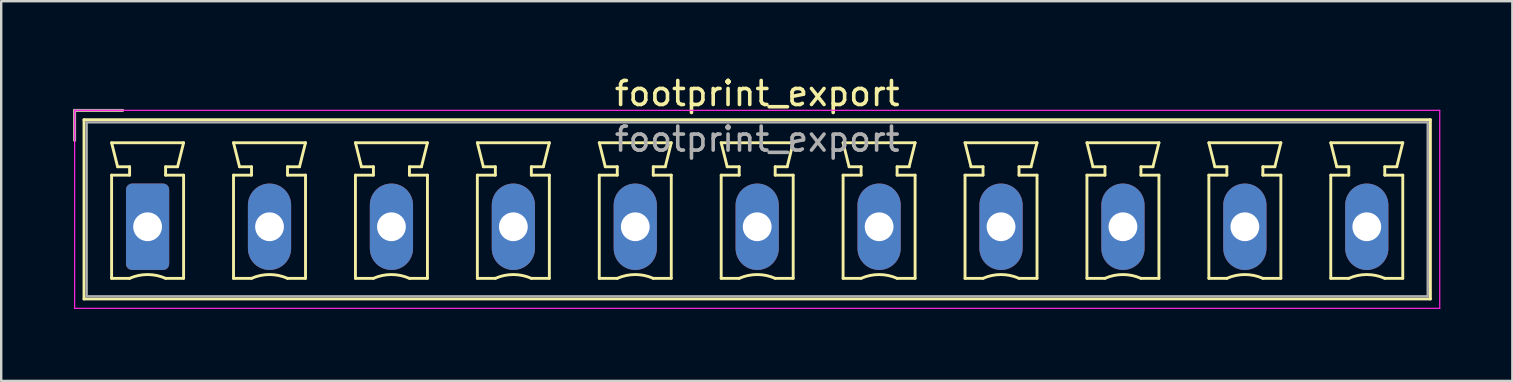
<source format=kicad_pcb>
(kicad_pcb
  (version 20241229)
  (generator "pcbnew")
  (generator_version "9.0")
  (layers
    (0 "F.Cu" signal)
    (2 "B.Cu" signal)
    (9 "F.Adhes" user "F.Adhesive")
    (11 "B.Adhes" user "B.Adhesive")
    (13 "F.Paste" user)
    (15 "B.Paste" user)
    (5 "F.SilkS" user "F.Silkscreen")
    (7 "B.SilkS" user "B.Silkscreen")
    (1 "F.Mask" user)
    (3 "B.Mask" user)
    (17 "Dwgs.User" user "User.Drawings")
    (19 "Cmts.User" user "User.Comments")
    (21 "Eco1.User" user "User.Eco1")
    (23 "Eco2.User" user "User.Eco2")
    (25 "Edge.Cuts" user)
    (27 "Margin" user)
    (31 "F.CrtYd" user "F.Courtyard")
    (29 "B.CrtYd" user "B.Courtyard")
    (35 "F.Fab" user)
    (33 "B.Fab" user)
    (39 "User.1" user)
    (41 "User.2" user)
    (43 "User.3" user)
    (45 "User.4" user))
  (footprint "footprint_export"
    (layer "F.Cu")
    (at 3.1 6.398)
    (property "Reference" "footprint_export" (at 25.4 -5.55 0) (layer "F.SilkS") (effects (font (size 1 1) (thickness 0.15))))
    (attr through_hole)
    (fp_line (start -3.04 -4.85) (end -1.04 -4.85) (stroke (width 0.12) (type solid)) (layer "F.SilkS"))
    (fp_line (start -3.04 -3.6) (end -3.04 -4.85) (stroke (width 0.12) (type solid)) (layer "F.SilkS"))
    (fp_line (start -2.65 -4.46) (end -2.65 3.01) (stroke (width 0.12) (type solid)) (layer "F.SilkS"))
    (fp_line (start -2.65 3.01) (end 53.45 3.01) (stroke (width 0.12) (type solid)) (layer "F.SilkS"))
    (fp_line (start -1.5 -3.5) (end 1.5 -3.5) (stroke (width 0.12) (type solid)) (layer "F.SilkS"))
    (fp_line (start -1.5 -2.15) (end -0.75 -2.15) (stroke (width 0.12) (type solid)) (layer "F.SilkS"))
    (fp_line (start -1.5 2.15) (end -1.5 -2.15) (stroke (width 0.12) (type solid)) (layer "F.SilkS"))
    (fp_line (start -1.25 -2.5) (end -1.5 -3.5) (stroke (width 0.12) (type solid)) (layer "F.SilkS"))
    (fp_line (start -0.75 -2.5) (end -1.25 -2.5) (stroke (width 0.12) (type solid)) (layer "F.SilkS"))
    (fp_line (start -0.75 -2.15) (end -0.75 -2.5) (stroke (width 0.12) (type solid)) (layer "F.SilkS"))
    (fp_line (start -0.75 2.15) (end -1.5 2.15) (stroke (width 0.12) (type solid)) (layer "F.SilkS"))
    (fp_line (start 0.75 -2.5) (end 0.75 -2.15) (stroke (width 0.12) (type solid)) (layer "F.SilkS"))
    (fp_line (start 0.75 -2.15) (end 1.5 -2.15) (stroke (width 0.12) (type solid)) (layer "F.SilkS"))
    (fp_line (start 1.25 -2.5) (end 0.75 -2.5) (stroke (width 0.12) (type solid)) (layer "F.SilkS"))
    (fp_line (start 1.5 -3.5) (end 1.25 -2.5) (stroke (width 0.12) (type solid)) (layer "F.SilkS"))
    (fp_line (start 1.5 -2.15) (end 1.5 2.15) (stroke (width 0.12) (type solid)) (layer "F.SilkS"))
    (fp_line (start 1.5 2.15) (end 0.75 2.15) (stroke (width 0.12) (type solid)) (layer "F.SilkS"))
    (fp_line (start 3.58 -3.5) (end 6.58 -3.5) (stroke (width 0.12) (type solid)) (layer "F.SilkS"))
    (fp_line (start 3.58 -2.15) (end 4.33 -2.15) (stroke (width 0.12) (type solid)) (layer "F.SilkS"))
    (fp_line (start 3.58 2.15) (end 3.58 -2.15) (stroke (width 0.12) (type solid)) (layer "F.SilkS"))
    (fp_line (start 3.83 -2.5) (end 3.58 -3.5) (stroke (width 0.12) (type solid)) (layer "F.SilkS"))
    (fp_line (start 4.33 -2.5) (end 3.83 -2.5) (stroke (width 0.12) (type solid)) (layer "F.SilkS"))
    (fp_line (start 4.33 -2.15) (end 4.33 -2.5) (stroke (width 0.12) (type solid)) (layer "F.SilkS"))
    (fp_line (start 4.33 2.15) (end 3.58 2.15) (stroke (width 0.12) (type solid)) (layer "F.SilkS"))
    (fp_line (start 5.83 -2.5) (end 5.83 -2.15) (stroke (width 0.12) (type solid)) (layer "F.SilkS"))
    (fp_line (start 5.83 -2.15) (end 6.58 -2.15) (stroke (width 0.12) (type solid)) (layer "F.SilkS"))
    (fp_line (start 6.33 -2.5) (end 5.83 -2.5) (stroke (width 0.12) (type solid)) (layer "F.SilkS"))
    (fp_line (start 6.58 -3.5) (end 6.33 -2.5) (stroke (width 0.12) (type solid)) (layer "F.SilkS"))
    (fp_line (start 6.58 -2.15) (end 6.58 2.15) (stroke (width 0.12) (type solid)) (layer "F.SilkS"))
    (fp_line (start 6.58 2.15) (end 5.83 2.15) (stroke (width 0.12) (type solid)) (layer "F.SilkS"))
    (fp_line (start 8.66 -3.5) (end 11.66 -3.5) (stroke (width 0.12) (type solid)) (layer "F.SilkS"))
    (fp_line (start 8.66 -2.15) (end 9.41 -2.15) (stroke (width 0.12) (type solid)) (layer "F.SilkS"))
    (fp_line (start 8.66 2.15) (end 8.66 -2.15) (stroke (width 0.12) (type solid)) (layer "F.SilkS"))
    (fp_line (start 8.91 -2.5) (end 8.66 -3.5) (stroke (width 0.12) (type solid)) (layer "F.SilkS"))
    (fp_line (start 9.41 -2.5) (end 8.91 -2.5) (stroke (width 0.12) (type solid)) (layer "F.SilkS"))
    (fp_line (start 9.41 -2.15) (end 9.41 -2.5) (stroke (width 0.12) (type solid)) (layer "F.SilkS"))
    (fp_line (start 9.41 2.15) (end 8.66 2.15) (stroke (width 0.12) (type solid)) (layer "F.SilkS"))
    (fp_line (start 10.91 -2.5) (end 10.91 -2.15) (stroke (width 0.12) (type solid)) (layer "F.SilkS"))
    (fp_line (start 10.91 -2.15) (end 11.66 -2.15) (stroke (width 0.12) (type solid)) (layer "F.SilkS"))
    (fp_line (start 11.41 -2.5) (end 10.91 -2.5) (stroke (width 0.12) (type solid)) (layer "F.SilkS"))
    (fp_line (start 11.66 -3.5) (end 11.41 -2.5) (stroke (width 0.12) (type solid)) (layer "F.SilkS"))
    (fp_line (start 11.66 -2.15) (end 11.66 2.15) (stroke (width 0.12) (type solid)) (layer "F.SilkS"))
    (fp_line (start 11.66 2.15) (end 10.91 2.15) (stroke (width 0.12) (type solid)) (layer "F.SilkS"))
    (fp_line (start 13.74 -3.5) (end 16.74 -3.5) (stroke (width 0.12) (type solid)) (layer "F.SilkS"))
    (fp_line (start 13.74 -2.15) (end 14.49 -2.15) (stroke (width 0.12) (type solid)) (layer "F.SilkS"))
    (fp_line (start 13.74 2.15) (end 13.74 -2.15) (stroke (width 0.12) (type solid)) (layer "F.SilkS"))
    (fp_line (start 13.99 -2.5) (end 13.74 -3.5) (stroke (width 0.12) (type solid)) (layer "F.SilkS"))
    (fp_line (start 14.49 -2.5) (end 13.99 -2.5) (stroke (width 0.12) (type solid)) (layer "F.SilkS"))
    (fp_line (start 14.49 -2.15) (end 14.49 -2.5) (stroke (width 0.12) (type solid)) (layer "F.SilkS"))
    (fp_line (start 14.49 2.15) (end 13.74 2.15) (stroke (width 0.12) (type solid)) (layer "F.SilkS"))
    (fp_line (start 15.99 -2.5) (end 15.99 -2.15) (stroke (width 0.12) (type solid)) (layer "F.SilkS"))
    (fp_line (start 15.99 -2.15) (end 16.74 -2.15) (stroke (width 0.12) (type solid)) (layer "F.SilkS"))
    (fp_line (start 16.49 -2.5) (end 15.99 -2.5) (stroke (width 0.12) (type solid)) (layer "F.SilkS"))
    (fp_line (start 16.74 -3.5) (end 16.49 -2.5) (stroke (width 0.12) (type solid)) (layer "F.SilkS"))
    (fp_line (start 16.74 -2.15) (end 16.74 2.15) (stroke (width 0.12) (type solid)) (layer "F.SilkS"))
    (fp_line (start 16.74 2.15) (end 15.99 2.15) (stroke (width 0.12) (type solid)) (layer "F.SilkS"))
    (fp_line (start 18.82 -3.5) (end 21.82 -3.5) (stroke (width 0.12) (type solid)) (layer "F.SilkS"))
    (fp_line (start 18.82 -2.15) (end 19.57 -2.15) (stroke (width 0.12) (type solid)) (layer "F.SilkS"))
    (fp_line (start 18.82 2.15) (end 18.82 -2.15) (stroke (width 0.12) (type solid)) (layer "F.SilkS"))
    (fp_line (start 19.07 -2.5) (end 18.82 -3.5) (stroke (width 0.12) (type solid)) (layer "F.SilkS"))
    (fp_line (start 19.57 -2.5) (end 19.07 -2.5) (stroke (width 0.12) (type solid)) (layer "F.SilkS"))
    (fp_line (start 19.57 -2.15) (end 19.57 -2.5) (stroke (width 0.12) (type solid)) (layer "F.SilkS"))
    (fp_line (start 19.57 2.15) (end 18.82 2.15) (stroke (width 0.12) (type solid)) (layer "F.SilkS"))
    (fp_line (start 21.07 -2.5) (end 21.07 -2.15) (stroke (width 0.12) (type solid)) (layer "F.SilkS"))
    (fp_line (start 21.07 -2.15) (end 21.82 -2.15) (stroke (width 0.12) (type solid)) (layer "F.SilkS"))
    (fp_line (start 21.57 -2.5) (end 21.07 -2.5) (stroke (width 0.12) (type solid)) (layer "F.SilkS"))
    (fp_line (start 21.82 -3.5) (end 21.57 -2.5) (stroke (width 0.12) (type solid)) (layer "F.SilkS"))
    (fp_line (start 21.82 -2.15) (end 21.82 2.15) (stroke (width 0.12) (type solid)) (layer "F.SilkS"))
    (fp_line (start 21.82 2.15) (end 21.07 2.15) (stroke (width 0.12) (type solid)) (layer "F.SilkS"))
    (fp_line (start 23.9 -3.5) (end 26.9 -3.5) (stroke (width 0.12) (type solid)) (layer "F.SilkS"))
    (fp_line (start 23.9 -2.15) (end 24.65 -2.15) (stroke (width 0.12) (type solid)) (layer "F.SilkS"))
    (fp_line (start 23.9 2.15) (end 23.9 -2.15) (stroke (width 0.12) (type solid)) (layer "F.SilkS"))
    (fp_line (start 24.15 -2.5) (end 23.9 -3.5) (stroke (width 0.12) (type solid)) (layer "F.SilkS"))
    (fp_line (start 24.65 -2.5) (end 24.15 -2.5) (stroke (width 0.12) (type solid)) (layer "F.SilkS"))
    (fp_line (start 24.65 -2.15) (end 24.65 -2.5) (stroke (width 0.12) (type solid)) (layer "F.SilkS"))
    (fp_line (start 24.65 2.15) (end 23.9 2.15) (stroke (width 0.12) (type solid)) (layer "F.SilkS"))
    (fp_line (start 26.15 -2.5) (end 26.15 -2.15) (stroke (width 0.12) (type solid)) (layer "F.SilkS"))
    (fp_line (start 26.15 -2.15) (end 26.9 -2.15) (stroke (width 0.12) (type solid)) (layer "F.SilkS"))
    (fp_line (start 26.65 -2.5) (end 26.15 -2.5) (stroke (width 0.12) (type solid)) (layer "F.SilkS"))
    (fp_line (start 26.9 -3.5) (end 26.65 -2.5) (stroke (width 0.12) (type solid)) (layer "F.SilkS"))
    (fp_line (start 26.9 -2.15) (end 26.9 2.15) (stroke (width 0.12) (type solid)) (layer "F.SilkS"))
    (fp_line (start 26.9 2.15) (end 26.15 2.15) (stroke (width 0.12) (type solid)) (layer "F.SilkS"))
    (fp_line (start 28.98 -3.5) (end 31.98 -3.5) (stroke (width 0.12) (type solid)) (layer "F.SilkS"))
    (fp_line (start 28.98 -2.15) (end 29.73 -2.15) (stroke (width 0.12) (type solid)) (layer "F.SilkS"))
    (fp_line (start 28.98 2.15) (end 28.98 -2.15) (stroke (width 0.12) (type solid)) (layer "F.SilkS"))
    (fp_line (start 29.23 -2.5) (end 28.98 -3.5) (stroke (width 0.12) (type solid)) (layer "F.SilkS"))
    (fp_line (start 29.73 -2.5) (end 29.23 -2.5) (stroke (width 0.12) (type solid)) (layer "F.SilkS"))
    (fp_line (start 29.73 -2.15) (end 29.73 -2.5) (stroke (width 0.12) (type solid)) (layer "F.SilkS"))
    (fp_line (start 29.73 2.15) (end 28.98 2.15) (stroke (width 0.12) (type solid)) (layer "F.SilkS"))
    (fp_line (start 31.23 -2.5) (end 31.23 -2.15) (stroke (width 0.12) (type solid)) (layer "F.SilkS"))
    (fp_line (start 31.23 -2.15) (end 31.98 -2.15) (stroke (width 0.12) (type solid)) (layer "F.SilkS"))
    (fp_line (start 31.73 -2.5) (end 31.23 -2.5) (stroke (width 0.12) (type solid)) (layer "F.SilkS"))
    (fp_line (start 31.98 -3.5) (end 31.73 -2.5) (stroke (width 0.12) (type solid)) (layer "F.SilkS"))
    (fp_line (start 31.98 -2.15) (end 31.98 2.15) (stroke (width 0.12) (type solid)) (layer "F.SilkS"))
    (fp_line (start 31.98 2.15) (end 31.23 2.15) (stroke (width 0.12) (type solid)) (layer "F.SilkS"))
    (fp_line (start 34.06 -3.5) (end 37.06 -3.5) (stroke (width 0.12) (type solid)) (layer "F.SilkS"))
    (fp_line (start 34.06 -2.15) (end 34.81 -2.15) (stroke (width 0.12) (type solid)) (layer "F.SilkS"))
    (fp_line (start 34.06 2.15) (end 34.06 -2.15) (stroke (width 0.12) (type solid)) (layer "F.SilkS"))
    (fp_line (start 34.31 -2.5) (end 34.06 -3.5) (stroke (width 0.12) (type solid)) (layer "F.SilkS"))
    (fp_line (start 34.81 -2.5) (end 34.31 -2.5) (stroke (width 0.12) (type solid)) (layer "F.SilkS"))
    (fp_line (start 34.81 -2.15) (end 34.81 -2.5) (stroke (width 0.12) (type solid)) (layer "F.SilkS"))
    (fp_line (start 34.81 2.15) (end 34.06 2.15) (stroke (width 0.12) (type solid)) (layer "F.SilkS"))
    (fp_line (start 36.31 -2.5) (end 36.31 -2.15) (stroke (width 0.12) (type solid)) (layer "F.SilkS"))
    (fp_line (start 36.31 -2.15) (end 37.06 -2.15) (stroke (width 0.12) (type solid)) (layer "F.SilkS"))
    (fp_line (start 36.81 -2.5) (end 36.31 -2.5) (stroke (width 0.12) (type solid)) (layer "F.SilkS"))
    (fp_line (start 37.06 -3.5) (end 36.81 -2.5) (stroke (width 0.12) (type solid)) (layer "F.SilkS"))
    (fp_line (start 37.06 -2.15) (end 37.06 2.15) (stroke (width 0.12) (type solid)) (layer "F.SilkS"))
    (fp_line (start 37.06 2.15) (end 36.31 2.15) (stroke (width 0.12) (type solid)) (layer "F.SilkS"))
    (fp_line (start 39.14 -3.5) (end 42.14 -3.5) (stroke (width 0.12) (type solid)) (layer "F.SilkS"))
    (fp_line (start 39.14 -2.15) (end 39.89 -2.15) (stroke (width 0.12) (type solid)) (layer "F.SilkS"))
    (fp_line (start 39.14 2.15) (end 39.14 -2.15) (stroke (width 0.12) (type solid)) (layer "F.SilkS"))
    (fp_line (start 39.39 -2.5) (end 39.14 -3.5) (stroke (width 0.12) (type solid)) (layer "F.SilkS"))
    (fp_line (start 39.89 -2.5) (end 39.39 -2.5) (stroke (width 0.12) (type solid)) (layer "F.SilkS"))
    (fp_line (start 39.89 -2.15) (end 39.89 -2.5) (stroke (width 0.12) (type solid)) (layer "F.SilkS"))
    (fp_line (start 39.89 2.15) (end 39.14 2.15) (stroke (width 0.12) (type solid)) (layer "F.SilkS"))
    (fp_line (start 41.39 -2.5) (end 41.39 -2.15) (stroke (width 0.12) (type solid)) (layer "F.SilkS"))
    (fp_line (start 41.39 -2.15) (end 42.14 -2.15) (stroke (width 0.12) (type solid)) (layer "F.SilkS"))
    (fp_line (start 41.89 -2.5) (end 41.39 -2.5) (stroke (width 0.12) (type solid)) (layer "F.SilkS"))
    (fp_line (start 42.14 -3.5) (end 41.89 -2.5) (stroke (width 0.12) (type solid)) (layer "F.SilkS"))
    (fp_line (start 42.14 -2.15) (end 42.14 2.15) (stroke (width 0.12) (type solid)) (layer "F.SilkS"))
    (fp_line (start 42.14 2.15) (end 41.39 2.15) (stroke (width 0.12) (type solid)) (layer "F.SilkS"))
    (fp_line (start 44.22 -3.5) (end 47.22 -3.5) (stroke (width 0.12) (type solid)) (layer "F.SilkS"))
    (fp_line (start 44.22 -2.15) (end 44.97 -2.15) (stroke (width 0.12) (type solid)) (layer "F.SilkS"))
    (fp_line (start 44.22 2.15) (end 44.22 -2.15) (stroke (width 0.12) (type solid)) (layer "F.SilkS"))
    (fp_line (start 44.47 -2.5) (end 44.22 -3.5) (stroke (width 0.12) (type solid)) (layer "F.SilkS"))
    (fp_line (start 44.97 -2.5) (end 44.47 -2.5) (stroke (width 0.12) (type solid)) (layer "F.SilkS"))
    (fp_line (start 44.97 -2.15) (end 44.97 -2.5) (stroke (width 0.12) (type solid)) (layer "F.SilkS"))
    (fp_line (start 44.97 2.15) (end 44.22 2.15) (stroke (width 0.12) (type solid)) (layer "F.SilkS"))
    (fp_line (start 46.47 -2.5) (end 46.47 -2.15) (stroke (width 0.12) (type solid)) (layer "F.SilkS"))
    (fp_line (start 46.47 -2.15) (end 47.22 -2.15) (stroke (width 0.12) (type solid)) (layer "F.SilkS"))
    (fp_line (start 46.97 -2.5) (end 46.47 -2.5) (stroke (width 0.12) (type solid)) (layer "F.SilkS"))
    (fp_line (start 47.22 -3.5) (end 46.97 -2.5) (stroke (width 0.12) (type solid)) (layer "F.SilkS"))
    (fp_line (start 47.22 -2.15) (end 47.22 2.15) (stroke (width 0.12) (type solid)) (layer "F.SilkS"))
    (fp_line (start 47.22 2.15) (end 46.47 2.15) (stroke (width 0.12) (type solid)) (layer "F.SilkS"))
    (fp_line (start 49.3 -3.5) (end 52.3 -3.5) (stroke (width 0.12) (type solid)) (layer "F.SilkS"))
    (fp_line (start 49.3 -2.15) (end 50.05 -2.15) (stroke (width 0.12) (type solid)) (layer "F.SilkS"))
    (fp_line (start 49.3 2.15) (end 49.3 -2.15) (stroke (width 0.12) (type solid)) (layer "F.SilkS"))
    (fp_line (start 49.55 -2.5) (end 49.3 -3.5) (stroke (width 0.12) (type solid)) (layer "F.SilkS"))
    (fp_line (start 50.05 -2.5) (end 49.55 -2.5) (stroke (width 0.12) (type solid)) (layer "F.SilkS"))
    (fp_line (start 50.05 -2.15) (end 50.05 -2.5) (stroke (width 0.12) (type solid)) (layer "F.SilkS"))
    (fp_line (start 50.05 2.15) (end 49.3 2.15) (stroke (width 0.12) (type solid)) (layer "F.SilkS"))
    (fp_line (start 51.55 -2.5) (end 51.55 -2.15) (stroke (width 0.12) (type solid)) (layer "F.SilkS"))
    (fp_line (start 51.55 -2.15) (end 52.3 -2.15) (stroke (width 0.12) (type solid)) (layer "F.SilkS"))
    (fp_line (start 52.05 -2.5) (end 51.55 -2.5) (stroke (width 0.12) (type solid)) (layer "F.SilkS"))
    (fp_line (start 52.3 -3.5) (end 52.05 -2.5) (stroke (width 0.12) (type solid)) (layer "F.SilkS"))
    (fp_line (start 52.3 -2.15) (end 52.3 2.15) (stroke (width 0.12) (type solid)) (layer "F.SilkS"))
    (fp_line (start 52.3 2.15) (end 51.55 2.15) (stroke (width 0.12) (type solid)) (layer "F.SilkS"))
    (fp_line (start 53.45 -4.46) (end -2.65 -4.46) (stroke (width 0.12) (type solid)) (layer "F.SilkS"))
    (fp_line (start 53.45 3.01) (end 53.45 -4.46) (stroke (width 0.12) (type solid)) (layer "F.SilkS"))
    (fp_arc (start -0.75 2.15) (mid -0.000193 1.99191) (end 0.749647 2.149844) (stroke (width 0.12) (type solid)) (layer "F.SilkS"))
    (fp_arc (start 4.33 2.15) (mid 5.079807 1.99191) (end 5.829647 2.149844) (stroke (width 0.12) (type solid)) (layer "F.SilkS"))
    (fp_arc (start 9.41 2.15) (mid 10.159807 1.99191) (end 10.909647 2.149844) (stroke (width 0.12) (type solid)) (layer "F.SilkS"))
    (fp_arc (start 14.49 2.15) (mid 15.239807 1.99191) (end 15.989647 2.149844) (stroke (width 0.12) (type solid)) (layer "F.SilkS"))
    (fp_arc (start 19.57 2.15) (mid 20.319807 1.99191) (end 21.069647 2.149844) (stroke (width 0.12) (type solid)) (layer "F.SilkS"))
    (fp_arc (start 24.65 2.15) (mid 25.399807 1.99191) (end 26.149647 2.149844) (stroke (width 0.12) (type solid)) (layer "F.SilkS"))
    (fp_arc (start 29.73 2.15) (mid 30.479807 1.99191) (end 31.229647 2.149844) (stroke (width 0.12) (type solid)) (layer "F.SilkS"))
    (fp_arc (start 34.81 2.15) (mid 35.559807 1.99191) (end 36.309647 2.149844) (stroke (width 0.12) (type solid)) (layer "F.SilkS"))
    (fp_arc (start 39.89 2.15) (mid 40.639807 1.99191) (end 41.389647 2.149844) (stroke (width 0.12) (type solid)) (layer "F.SilkS"))
    (fp_arc (start 44.97 2.15) (mid 45.719807 1.99191) (end 46.469647 2.149844) (stroke (width 0.12) (type solid)) (layer "F.SilkS"))
    (fp_arc (start 50.05 2.15) (mid 50.799807 1.99191) (end 51.549647 2.149844) (stroke (width 0.12) (type solid)) (layer "F.SilkS"))
    (fp_line (start -3.04 -4.85) (end -3.04 3.4) (stroke (width 0.05) (type solid)) (layer "F.CrtYd"))
    (fp_line (start -3.04 3.4) (end 53.84 3.4) (stroke (width 0.05) (type solid)) (layer "F.CrtYd"))
    (fp_line (start 53.84 -4.85) (end -3.04 -4.85) (stroke (width 0.05) (type solid)) (layer "F.CrtYd"))
    (fp_line (start 53.84 3.4) (end 53.84 -4.85) (stroke (width 0.05) (type solid)) (layer "F.CrtYd"))
    (fp_line (start -3.04 -4.85) (end -1.04 -4.85) (stroke (width 0.1) (type solid)) (layer "F.Fab"))
    (fp_line (start -3.04 -3.6) (end -3.04 -4.85) (stroke (width 0.1) (type solid)) (layer "F.Fab"))
    (fp_line (start -2.54 -4.35) (end -2.54 2.9) (stroke (width 0.1) (type solid)) (layer "F.Fab"))
    (fp_line (start -2.54 2.9) (end 53.34 2.9) (stroke (width 0.1) (type solid)) (layer "F.Fab"))
    (fp_line (start 53.34 -4.35) (end -2.54 -4.35) (stroke (width 0.1) (type solid)) (layer "F.Fab"))
    (fp_line (start 53.34 2.9) (end 53.34 -4.35) (stroke (width 0.1) (type solid)) (layer "F.Fab"))
    (fp_text user "${REFERENCE}" (at 25.4 -3.65 0) (layer "F.Fab") (effects (font (size 1 1) (thickness 0.15))))
    (pad "1" thru_hole roundrect (at 0 0) (size 1.8 3.6) (drill 1.2) (layers "*.Cu" "*.Mask") (roundrect_rratio 0.139))
    (pad "2" thru_hole oval (at 5.08 0) (size 1.8 3.6) (drill 1.2) (layers "*.Cu" "*.Mask"))
    (pad "3" thru_hole oval (at 10.16 0) (size 1.8 3.6) (drill 1.2) (layers "*.Cu" "*.Mask"))
    (pad "4" thru_hole oval (at 15.24 0) (size 1.8 3.6) (drill 1.2) (layers "*.Cu" "*.Mask"))
    (pad "5" thru_hole oval (at 20.32 0) (size 1.8 3.6) (drill 1.2) (layers "*.Cu" "*.Mask"))
    (pad "6" thru_hole oval (at 25.4 0) (size 1.8 3.6) (drill 1.2) (layers "*.Cu" "*.Mask"))
    (pad "7" thru_hole oval (at 30.48 0) (size 1.8 3.6) (drill 1.2) (layers "*.Cu" "*.Mask"))
    (pad "8" thru_hole oval (at 35.56 0) (size 1.8 3.6) (drill 1.2) (layers "*.Cu" "*.Mask"))
    (pad "9" thru_hole oval (at 40.64 0) (size 1.8 3.6) (drill 1.2) (layers "*.Cu" "*.Mask"))
    (pad "10" thru_hole oval (at 45.72 0) (size 1.8 3.6) (drill 1.2) (layers "*.Cu" "*.Mask"))
    (pad "11" thru_hole oval (at 50.8 0) (size 1.8 3.6) (drill 1.2) (layers "*.Cu" "*.Mask")))
  (gr_rect
    (start -3 -3)
    (end 59.965 12.823)
    (stroke (width 0.1) (type default))
    (fill no)
    (layer "Edge.Cuts")))
</source>
